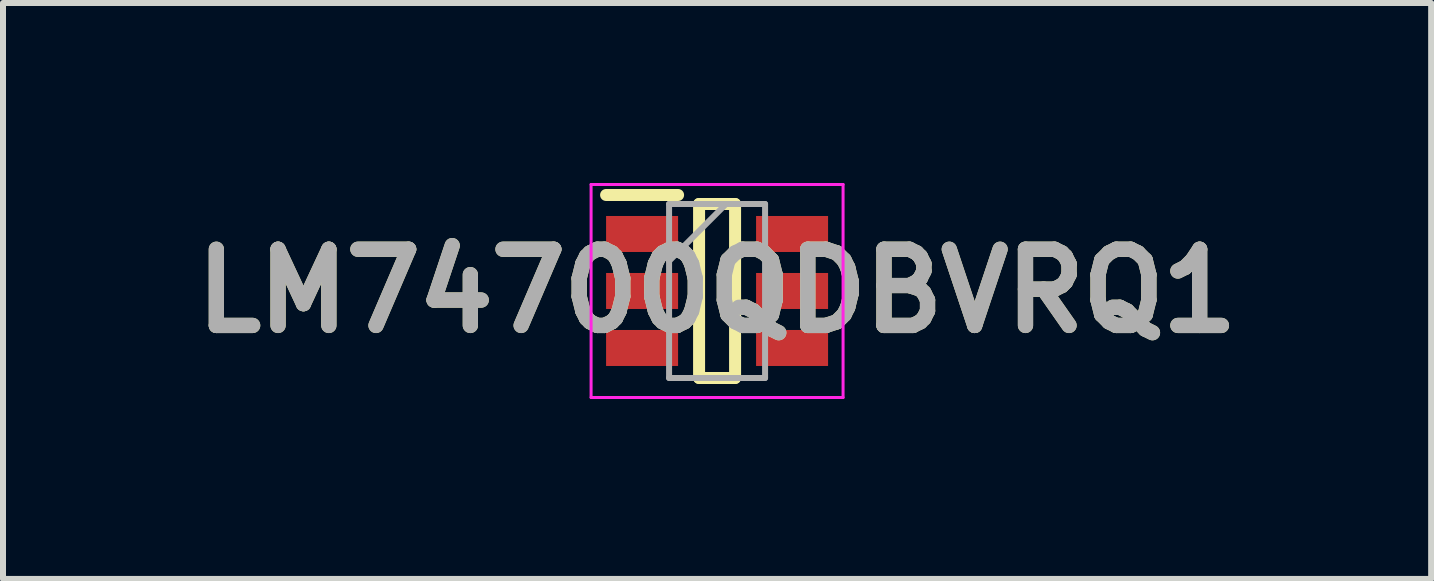
<source format=kicad_pcb>
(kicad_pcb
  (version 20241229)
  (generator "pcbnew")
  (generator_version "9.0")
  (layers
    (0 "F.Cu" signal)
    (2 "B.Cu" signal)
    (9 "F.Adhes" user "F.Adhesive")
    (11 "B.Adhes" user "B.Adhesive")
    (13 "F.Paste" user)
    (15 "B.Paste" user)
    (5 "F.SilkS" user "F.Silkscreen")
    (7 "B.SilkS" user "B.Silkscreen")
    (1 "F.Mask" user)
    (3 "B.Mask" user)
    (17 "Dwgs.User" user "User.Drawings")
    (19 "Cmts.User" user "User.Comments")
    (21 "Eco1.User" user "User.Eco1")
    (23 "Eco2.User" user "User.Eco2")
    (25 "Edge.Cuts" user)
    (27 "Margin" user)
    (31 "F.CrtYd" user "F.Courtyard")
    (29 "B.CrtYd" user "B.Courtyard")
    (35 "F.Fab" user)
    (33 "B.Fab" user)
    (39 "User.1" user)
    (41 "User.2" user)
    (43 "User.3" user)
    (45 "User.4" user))
  (footprint "LM74700QDBVRQ1"
    (layer "F.Cu")
    (at 8.902 1.8)
    (property "Reference" "LM74700QDBVRQ1" (at 0 0 0) (layer "F.SilkS") (effects (font (size 1.27 1.27) (thickness 0.254))))
    (attr smd)
    (fp_line (start -1.85 -1.6) (end -0.65 -1.6) (stroke (width 0.2) (type solid)) (layer "F.SilkS"))
    (fp_line (start -0.3 -1.45) (end 0.3 -1.45) (stroke (width 0.2) (type solid)) (layer "F.SilkS"))
    (fp_line (start -0.3 1.45) (end -0.3 -1.45) (stroke (width 0.2) (type solid)) (layer "F.SilkS"))
    (fp_line (start 0.3 -1.45) (end 0.3 1.45) (stroke (width 0.2) (type solid)) (layer "F.SilkS"))
    (fp_line (start 0.3 1.45) (end -0.3 1.45) (stroke (width 0.2) (type solid)) (layer "F.SilkS"))
    (fp_line (start -2.1 -1.775) (end 2.1 -1.775) (stroke (width 0.05) (type solid)) (layer "F.CrtYd"))
    (fp_line (start -2.1 1.775) (end -2.1 -1.775) (stroke (width 0.05) (type solid)) (layer "F.CrtYd"))
    (fp_line (start 2.1 -1.775) (end 2.1 1.775) (stroke (width 0.05) (type solid)) (layer "F.CrtYd"))
    (fp_line (start 2.1 1.775) (end -2.1 1.775) (stroke (width 0.05) (type solid)) (layer "F.CrtYd"))
    (fp_line (start -0.8 -1.45) (end 0.8 -1.45) (stroke (width 0.1) (type solid)) (layer "F.Fab"))
    (fp_line (start -0.8 -0.5) (end 0.15 -1.45) (stroke (width 0.1) (type solid)) (layer "F.Fab"))
    (fp_line (start -0.8 1.45) (end -0.8 -1.45) (stroke (width 0.1) (type solid)) (layer "F.Fab"))
    (fp_line (start 0.8 -1.45) (end 0.8 1.45) (stroke (width 0.1) (type solid)) (layer "F.Fab"))
    (fp_line (start 0.8 1.45) (end -0.8 1.45) (stroke (width 0.1) (type solid)) (layer "F.Fab"))
    (fp_text user "${REFERENCE}" (at 0 0 0) (layer "F.Fab") (effects (font (size 1.27 1.27) (thickness 0.254))))
    (pad "1" smd rect (at -1.25 -0.95 90) (size 0.6 1.2) (layers "F.Cu" "F.Mask" "F.Paste"))
    (pad "2" smd rect (at -1.25 0 90) (size 0.6 1.2) (layers "F.Cu" "F.Mask" "F.Paste"))
    (pad "3" smd rect (at -1.25 0.95 90) (size 0.6 1.2) (layers "F.Cu" "F.Mask" "F.Paste"))
    (pad "4" smd rect (at 1.25 0.95 90) (size 0.6 1.2) (layers "F.Cu" "F.Mask" "F.Paste"))
    (pad "5" smd rect (at 1.25 0 90) (size 0.6 1.2) (layers "F.Cu" "F.Mask" "F.Paste"))
    (pad "6" smd rect (at 1.25 -0.95 90) (size 0.6 1.2) (layers "F.Cu" "F.Mask" "F.Paste")))
  (gr_rect
    (start -3 -3)
    (end 20.804 6.6)
    (stroke (width 0.1) (type default))
    (fill no)
    (layer "Edge.Cuts")))
</source>
